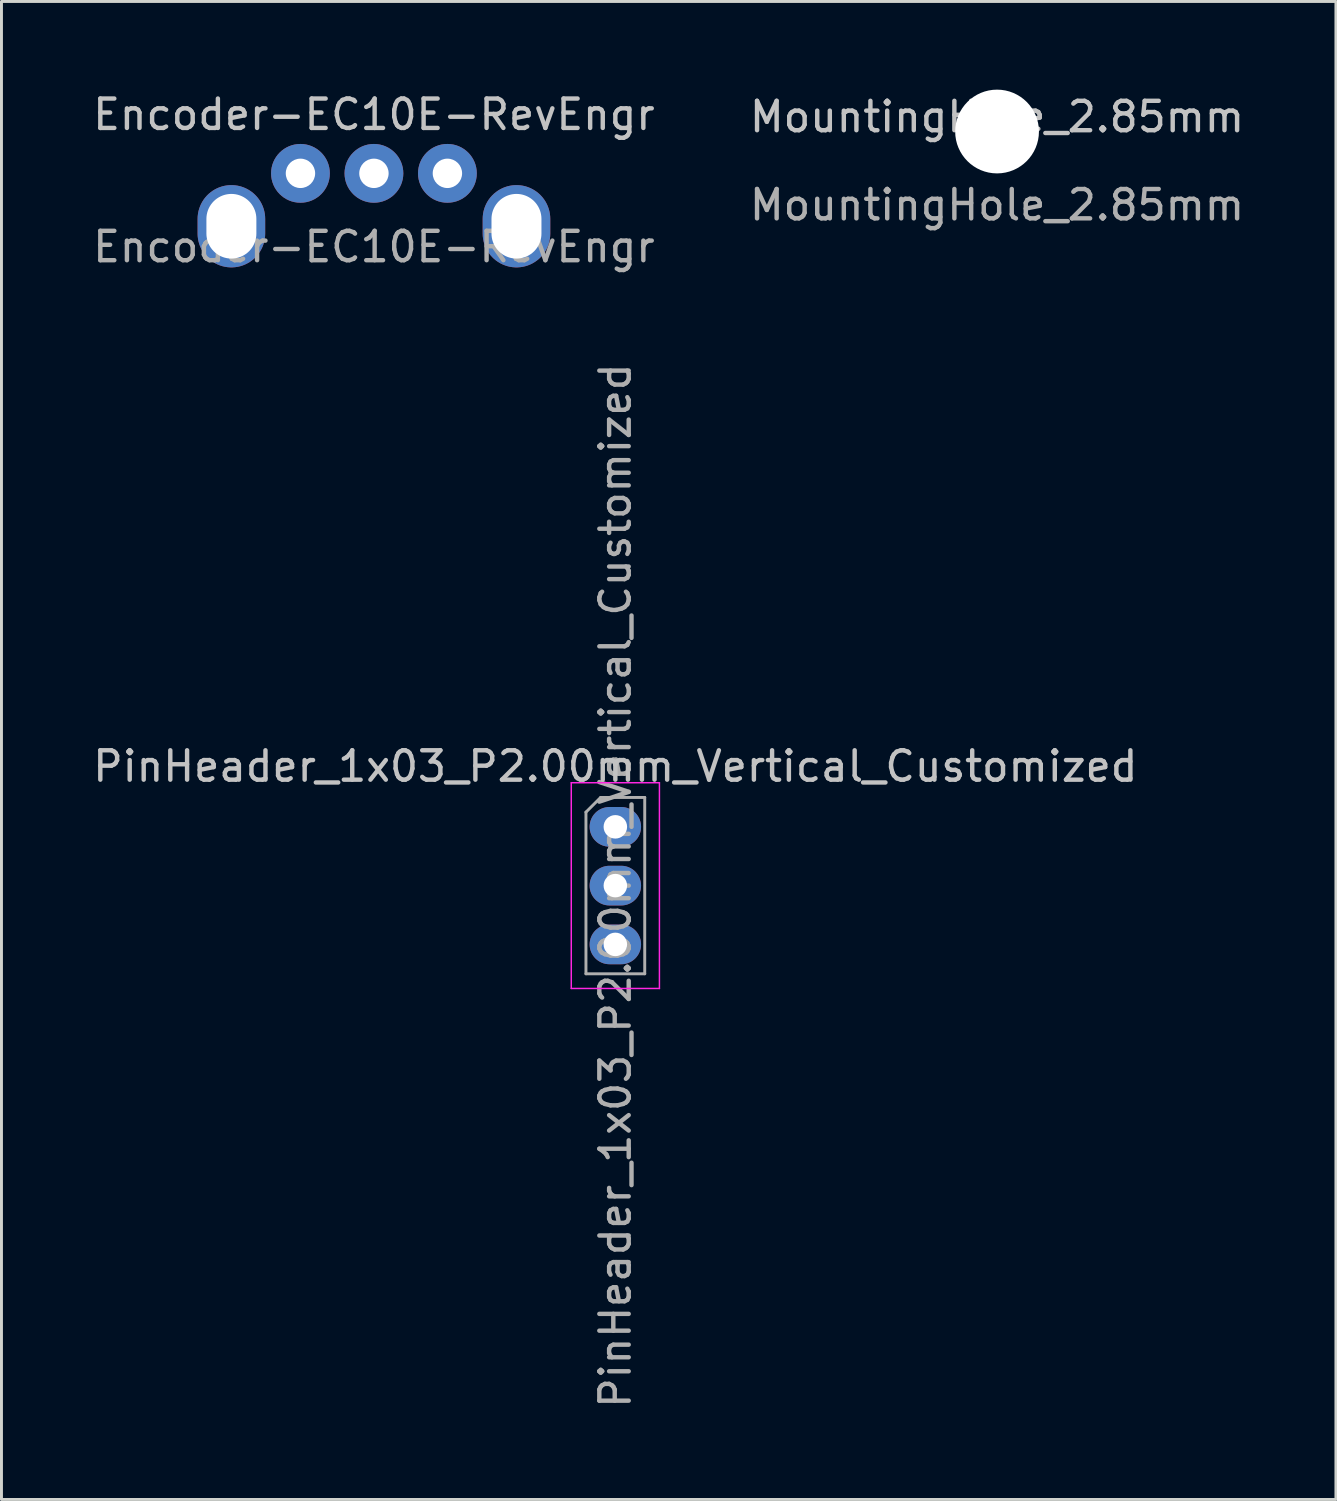
<source format=kicad_pcb>
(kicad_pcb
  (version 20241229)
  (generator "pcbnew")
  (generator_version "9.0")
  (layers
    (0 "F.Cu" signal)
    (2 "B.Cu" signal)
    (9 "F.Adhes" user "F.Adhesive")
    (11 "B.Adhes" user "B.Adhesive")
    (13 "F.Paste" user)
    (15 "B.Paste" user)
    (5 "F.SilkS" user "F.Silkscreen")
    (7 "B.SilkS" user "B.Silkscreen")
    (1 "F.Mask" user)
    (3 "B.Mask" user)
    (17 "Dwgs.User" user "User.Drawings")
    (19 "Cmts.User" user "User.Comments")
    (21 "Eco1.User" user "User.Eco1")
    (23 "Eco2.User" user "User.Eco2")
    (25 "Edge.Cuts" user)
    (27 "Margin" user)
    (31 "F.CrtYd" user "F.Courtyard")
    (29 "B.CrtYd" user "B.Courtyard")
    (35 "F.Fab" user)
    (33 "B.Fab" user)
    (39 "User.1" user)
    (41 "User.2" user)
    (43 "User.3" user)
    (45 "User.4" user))
  (footprint "Encoder-EC10E-RevEngr"
    (layer "F.Cu")
    (at 9.673 2.848)
    (property "Reference" "Encoder-EC10E-RevEngr" (at 0 -2 0) (unlocked yes) (layer "Dwgs.User") (effects (font (size 1 1) (thickness 0.15))))
    (attr through_hole)
    (fp_text user "${REFERENCE}" (at 0 2.5 0) (unlocked yes) (layer "F.Fab") (effects (font (size 1 1) (thickness 0.15))))
    (pad "1" thru_hole circle (at -2.5 0) (size 2 2) (drill 1) (layers "*.Cu" "B.Mask"))
    (pad "2" thru_hole circle (at 0 0) (size 2 2) (drill 1) (layers "*.Cu" "B.Mask"))
    (pad "3" thru_hole circle (at 2.5 0) (size 2 2) (drill 1) (layers "*.Cu" "B.Mask"))
    (pad "4" thru_hole oval (at -4.85 1.8) (size 2.3 2.8) (drill oval 1.7 2.2) (layers "*.Cu" "*.Mask"))
    (pad "4" thru_hole oval (at 4.85 1.8) (size 2.3 2.8) (drill oval 1.7 2.2) (layers "*.Cu" "*.Mask")))
  (footprint "PinHeader_1x03_P2.00mm_Vertical_Customized"
    (layer "F.Cu")
    (at 17.887 25.083)
    (property "Reference" "PinHeader_1x03_P2.00mm_Vertical_Customized" (at 0 -2.06 0) (layer "Dwgs.User") (effects (font (size 1 1) (thickness 0.15))))
    (attr through_hole)
    (fp_line (start -1.5 -1.5) (end -1.5 5.5) (stroke (width 0.05) (type solid)) (layer "F.CrtYd"))
    (fp_line (start -1.5 5.5) (end 1.5 5.5) (stroke (width 0.05) (type solid)) (layer "F.CrtYd"))
    (fp_line (start 1.5 -1.5) (end -1.5 -1.5) (stroke (width 0.05) (type solid)) (layer "F.CrtYd"))
    (fp_line (start 1.5 5.5) (end 1.5 -1.5) (stroke (width 0.05) (type solid)) (layer "F.CrtYd"))
    (fp_line (start -1 -0.5) (end -0.5 -1) (stroke (width 0.1) (type solid)) (layer "F.Fab"))
    (fp_line (start -1 5) (end -1 -0.5) (stroke (width 0.1) (type solid)) (layer "F.Fab"))
    (fp_line (start -0.5 -1) (end 1 -1) (stroke (width 0.1) (type solid)) (layer "F.Fab"))
    (fp_line (start 1 -1) (end 1 5) (stroke (width 0.1) (type solid)) (layer "F.Fab"))
    (fp_line (start 1 5) (end -1 5) (stroke (width 0.1) (type solid)) (layer "F.Fab"))
    (fp_text user "${REFERENCE}" (at 0 2 90) (layer "F.Fab") (effects (font (size 1 1) (thickness 0.15))))
    (pad "1" thru_hole oval (at 0 0) (size 1.75 1.35) (drill 0.8) (layers "*.Cu" "F.Mask"))
    (pad "2" thru_hole oval (at 0 2) (size 1.75 1.35) (drill 0.8) (layers "*.Cu" "F.Mask"))
    (pad "3" thru_hole oval (at 0 4) (size 1.75 1.35) (drill 0.8) (layers "*.Cu" "F.Mask")))
  (footprint "MountingHole_2.85mm"
    (layer "F.Cu")
    (at 30.875 1.425)
    (property "Reference" "MountingHole_2.85mm" (at 0 -0.5 0) (unlocked yes) (layer "Dwgs.User") (effects (font (size 1 1) (thickness 0.15))))
    (fp_text user "${REFERENCE}" (at 0 2.5 0) (unlocked yes) (layer "F.Fab") (effects (font (size 1 1) (thickness 0.15))))
    (pad "" np_thru_hole circle (at 0 0) (size 2.85 2.85) (drill 2.85) (layers "*.Cu" "*.Mask")))
  (gr_rect
    (start -3 -3)
    (end 42.405 47.97)
    (stroke (width 0.1) (type default))
    (fill no)
    (layer "Edge.Cuts")))
</source>
